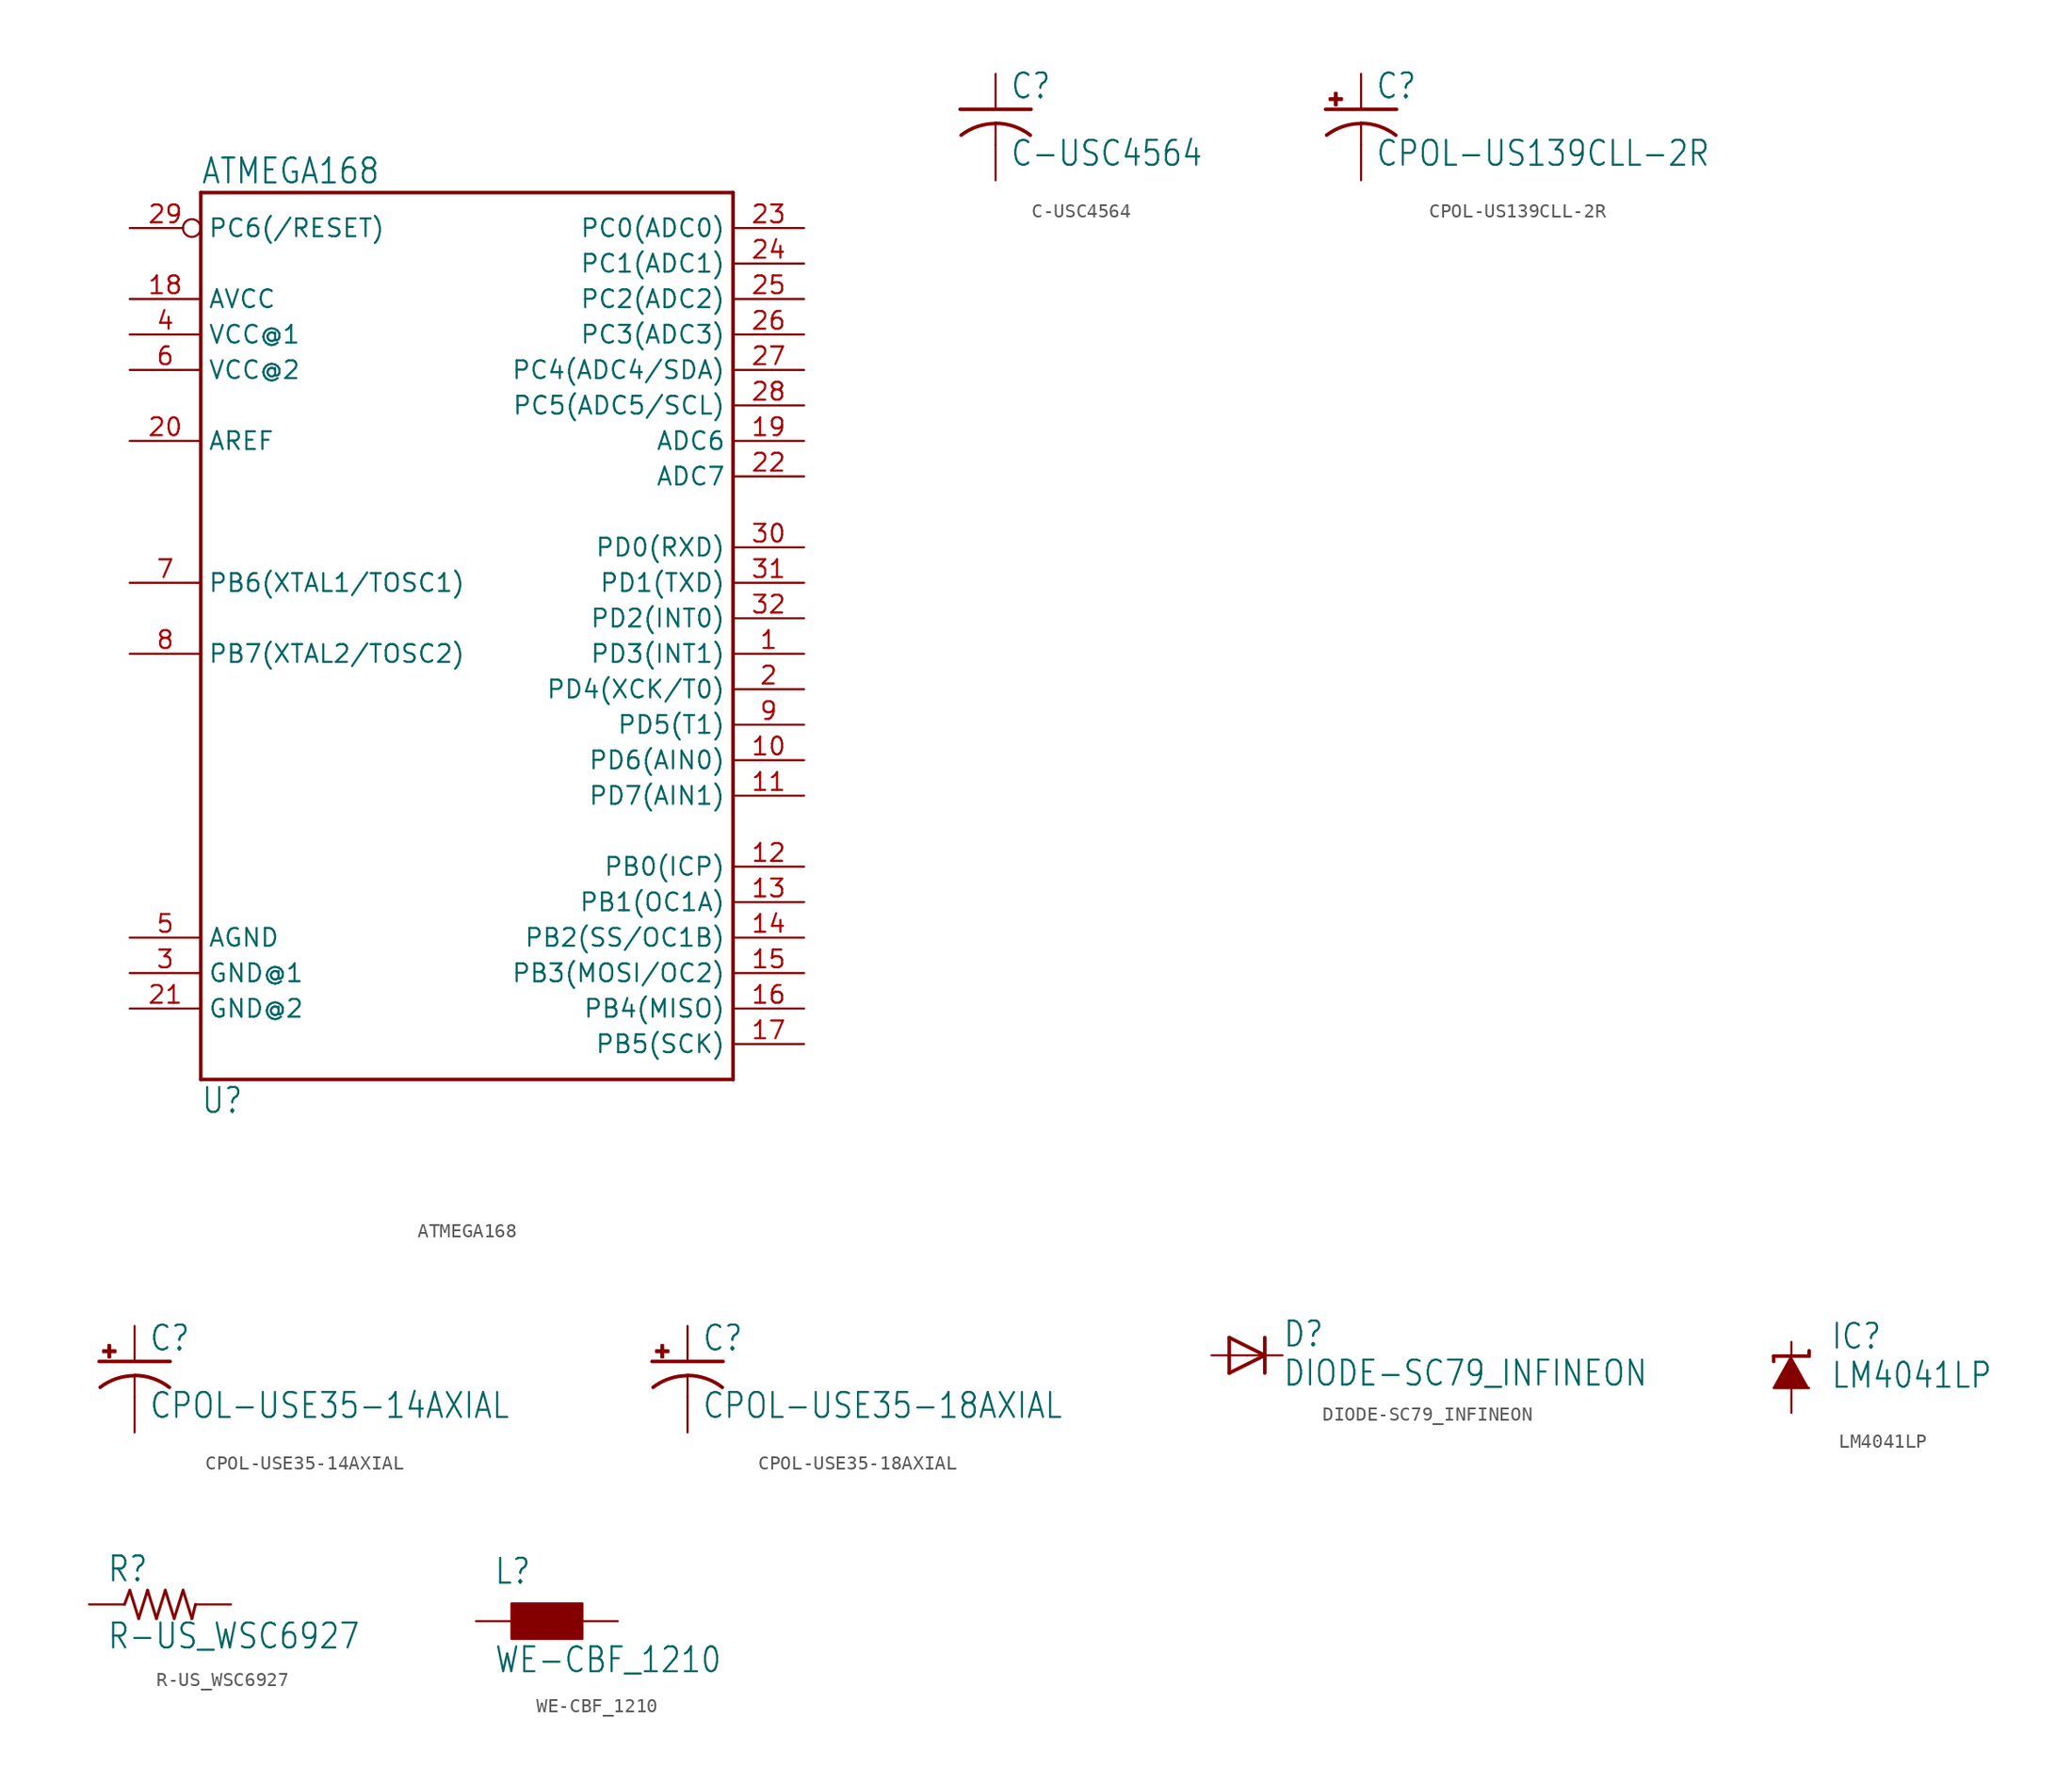
<source format=kicad_sym>
(kicad_symbol_lib
  (version 20211014)
  (generator kicad_symbol_editor)
  (symbol "ATMEGA168"
    (property "Reference" "U"
      (at -17.78 -38.1 0)
      (effects (font (size 1.778 1.511)) (justify left bottom)))
    (property "Value" "ATMEGA168"
      (at -17.78 28.448 0)
      (effects (font (size 1.778 1.511)) (justify left bottom)))
    (property "ki_locked" ""
      (at 0 0 0)
      (effects (font (size 1.27 1.27))))
    (symbol "ATMEGA168_1_0"
      (polyline (pts (xy -17.78 -35.56) (xy -17.78 27.94)) (stroke (width 0.254) (type default) (color 0 0 0 0)) (fill (type none)))
      (polyline (pts (xy -17.78 27.94) (xy 20.32 27.94)) (stroke (width 0.254) (type default) (color 0 0 0 0)) (fill (type none)))
      (polyline (pts (xy 20.32 -35.56) (xy -17.78 -35.56)) (stroke (width 0.254) (type default) (color 0 0 0 0)) (fill (type none)))
      (polyline (pts (xy 20.32 27.94) (xy 20.32 -35.56)) (stroke (width 0.254) (type default) (color 0 0 0 0)) (fill (type none)))
      (pin bidirectional line (at 25.4 -5.08 180) (length 5.08) (name "PD3(INT1)" (effects (font (size 1.27 1.27)))) (number "1" (effects (font (size 1.27 1.27)))))
      (pin bidirectional line (at 25.4 -12.7 180) (length 5.08) (name "PD6(AIN0)" (effects (font (size 1.27 1.27)))) (number "10" (effects (font (size 1.27 1.27)))))
      (pin bidirectional line (at 25.4 -15.24 180) (length 5.08) (name "PD7(AIN1)" (effects (font (size 1.27 1.27)))) (number "11" (effects (font (size 1.27 1.27)))))
      (pin bidirectional line (at 25.4 -20.32 180) (length 5.08) (name "PB0(ICP)" (effects (font (size 1.27 1.27)))) (number "12" (effects (font (size 1.27 1.27)))))
      (pin bidirectional line (at 25.4 -22.86 180) (length 5.08) (name "PB1(OC1A)" (effects (font (size 1.27 1.27)))) (number "13" (effects (font (size 1.27 1.27)))))
      (pin bidirectional line (at 25.4 -25.4 180) (length 5.08) (name "PB2(SS/OC1B)" (effects (font (size 1.27 1.27)))) (number "14" (effects (font (size 1.27 1.27)))))
      (pin bidirectional line (at 25.4 -27.94 180) (length 5.08) (name "PB3(MOSI/OC2)" (effects (font (size 1.27 1.27)))) (number "15" (effects (font (size 1.27 1.27)))))
      (pin bidirectional line (at 25.4 -30.48 180) (length 5.08) (name "PB4(MISO)" (effects (font (size 1.27 1.27)))) (number "16" (effects (font (size 1.27 1.27)))))
      (pin bidirectional line (at 25.4 -33.02 180) (length 5.08) (name "PB5(SCK)" (effects (font (size 1.27 1.27)))) (number "17" (effects (font (size 1.27 1.27)))))
      (pin bidirectional line (at -22.86 20.32 0) (length 5.08) (name "AVCC" (effects (font (size 1.27 1.27)))) (number "18" (effects (font (size 1.27 1.27)))))
      (pin bidirectional line (at 25.4 10.16 180) (length 5.08) (name "ADC6" (effects (font (size 1.27 1.27)))) (number "19" (effects (font (size 1.27 1.27)))))
      (pin bidirectional line (at 25.4 -7.62 180) (length 5.08) (name "PD4(XCK/T0)" (effects (font (size 1.27 1.27)))) (number "2" (effects (font (size 1.27 1.27)))))
      (pin bidirectional line (at -22.86 10.16 0) (length 5.08) (name "AREF" (effects (font (size 1.27 1.27)))) (number "20" (effects (font (size 1.27 1.27)))))
      (pin bidirectional line (at -22.86 -30.48 0) (length 5.08) (name "GND@2" (effects (font (size 1.27 1.27)))) (number "21" (effects (font (size 1.27 1.27)))))
      (pin bidirectional line (at 25.4 7.62 180) (length 5.08) (name "ADC7" (effects (font (size 1.27 1.27)))) (number "22" (effects (font (size 1.27 1.27)))))
      (pin bidirectional line (at 25.4 25.4 180) (length 5.08) (name "PC0(ADC0)" (effects (font (size 1.27 1.27)))) (number "23" (effects (font (size 1.27 1.27)))))
      (pin bidirectional line (at 25.4 22.86 180) (length 5.08) (name "PC1(ADC1)" (effects (font (size 1.27 1.27)))) (number "24" (effects (font (size 1.27 1.27)))))
      (pin bidirectional line (at 25.4 20.32 180) (length 5.08) (name "PC2(ADC2)" (effects (font (size 1.27 1.27)))) (number "25" (effects (font (size 1.27 1.27)))))
      (pin bidirectional line (at 25.4 17.78 180) (length 5.08) (name "PC3(ADC3)" (effects (font (size 1.27 1.27)))) (number "26" (effects (font (size 1.27 1.27)))))
      (pin bidirectional line (at 25.4 15.24 180) (length 5.08) (name "PC4(ADC4/SDA)" (effects (font (size 1.27 1.27)))) (number "27" (effects (font (size 1.27 1.27)))))
      (pin bidirectional line (at 25.4 12.7 180) (length 5.08) (name "PC5(ADC5/SCL)" (effects (font (size 1.27 1.27)))) (number "28" (effects (font (size 1.27 1.27)))))
      (pin bidirectional inverted (at -22.86 25.4 0) (length 5.08) (name "PC6(/RESET)" (effects (font (size 1.27 1.27)))) (number "29" (effects (font (size 1.27 1.27)))))
      (pin bidirectional line (at -22.86 -27.94 0) (length 5.08) (name "GND@1" (effects (font (size 1.27 1.27)))) (number "3" (effects (font (size 1.27 1.27)))))
      (pin bidirectional line (at 25.4 2.54 180) (length 5.08) (name "PD0(RXD)" (effects (font (size 1.27 1.27)))) (number "30" (effects (font (size 1.27 1.27)))))
      (pin bidirectional line (at 25.4 0 180) (length 5.08) (name "PD1(TXD)" (effects (font (size 1.27 1.27)))) (number "31" (effects (font (size 1.27 1.27)))))
      (pin bidirectional line (at 25.4 -2.54 180) (length 5.08) (name "PD2(INT0)" (effects (font (size 1.27 1.27)))) (number "32" (effects (font (size 1.27 1.27)))))
      (pin bidirectional line (at -22.86 17.78 0) (length 5.08) (name "VCC@1" (effects (font (size 1.27 1.27)))) (number "4" (effects (font (size 1.27 1.27)))))
      (pin bidirectional line (at -22.86 -25.4 0) (length 5.08) (name "AGND" (effects (font (size 1.27 1.27)))) (number "5" (effects (font (size 1.27 1.27)))))
      (pin bidirectional line (at -22.86 15.24 0) (length 5.08) (name "VCC@2" (effects (font (size 1.27 1.27)))) (number "6" (effects (font (size 1.27 1.27)))))
      (pin bidirectional line (at -22.86 0 0) (length 5.08) (name "PB6(XTAL1/TOSC1)" (effects (font (size 1.27 1.27)))) (number "7" (effects (font (size 1.27 1.27)))))
      (pin bidirectional line (at -22.86 -5.08 0) (length 5.08) (name "PB7(XTAL2/TOSC2)" (effects (font (size 1.27 1.27)))) (number "8" (effects (font (size 1.27 1.27)))))
      (pin bidirectional line (at 25.4 -10.16 180) (length 5.08) (name "PD5(T1)" (effects (font (size 1.27 1.27)))) (number "9" (effects (font (size 1.27 1.27)))))))
  (symbol "C-USC4564"
    (property "Reference" "C"
      (at 1.016 0.635 0)
      (effects (font (size 1.778 1.511)) (justify left bottom)))
    (property "Value" "C-USC4564"
      (at 1.016 -4.191 0)
      (effects (font (size 1.778 1.511)) (justify left bottom)))
    (property "ki_locked" ""
      (at 0 0 0)
      (effects (font (size 1.27 1.27))))
    (symbol "C-USC4564_1_0"
      (arc (start 0 -1.0161) (mid -1.302 -1.2303) (end -2.4668 -1.8504) (stroke (width 0.254) (type default) (color 0 0 0 0)) (fill (type none)))
      (polyline (pts (xy -2.54 0) (xy 2.54 0)) (stroke (width 0.254) (type default) (color 0 0 0 0)) (fill (type none)))
      (polyline (pts (xy 0 -1.016) (xy 0 -2.54)) (stroke (width 0.152) (type default) (color 0 0 0 0)) (fill (type none)))
      (arc (start 2.4892 -1.8542) (mid 1.3158 -1.2195) (end 0 -1) (stroke (width 0.254) (type default) (color 0 0 0 0)) (fill (type none)))
      (pin passive line (at 0 2.54 270) (length 2.54) (name "1" (effects (font (size 0 0)))) (number "1" (effects (font (size 0 0)))))
      (pin passive line (at 0 -5.08 90) (length 2.54) (name "2" (effects (font (size 0 0)))) (number "2" (effects (font (size 0 0)))))))
  (symbol "CPOL-US139CLL-2R"
    (property "Reference" "C"
      (at 1.016 0.635 0)
      (effects (font (size 1.778 1.511)) (justify left bottom)))
    (property "Value" "CPOL-US139CLL-2R"
      (at 1.016 -4.191 0)
      (effects (font (size 1.778 1.511)) (justify left bottom)))
    (property "ki_locked" ""
      (at 0 0 0)
      (effects (font (size 1.27 1.27))))
    (symbol "CPOL-US139CLL-2R_1_0"
      (rectangle (start -2.253 0.668) (end -1.364 0.795) (stroke (width 0) (type default) (color 0 0 0 0)) (fill (type outline)))
      (rectangle (start -1.872 0.287) (end -1.745 1.176) (stroke (width 0) (type default) (color 0 0 0 0)) (fill (type outline)))
      (arc (start 0 -1.0161) (mid -1.3021 -1.2302) (end -2.4669 -1.8504) (stroke (width 0.254) (type default) (color 0 0 0 0)) (fill (type none)))
      (polyline (pts (xy -2.54 0) (xy 2.54 0)) (stroke (width 0.254) (type default) (color 0 0 0 0)) (fill (type none)))
      (polyline (pts (xy 0 -1.016) (xy 0 -2.54)) (stroke (width 0.152) (type default) (color 0 0 0 0)) (fill (type none)))
      (arc (start 2.4892 -1.8542) (mid 1.3158 -1.2195) (end 0 -1) (stroke (width 0.254) (type default) (color 0 0 0 0)) (fill (type none)))
      (pin passive line (at 0 2.54 270) (length 2.54) (name "+" (effects (font (size 0 0)))) (number "+" (effects (font (size 0 0)))))
      (pin passive line (at 0 -5.08 90) (length 2.54) (name "-" (effects (font (size 0 0)))) (number "-" (effects (font (size 0 0)))))))
  (symbol "CPOL-USE35-14AXIAL"
    (property "Reference" "C"
      (at 1.016 0.635 0)
      (effects (font (size 1.778 1.511)) (justify left bottom)))
    (property "Value" "CPOL-USE35-14AXIAL"
      (at 1.016 -4.191 0)
      (effects (font (size 1.778 1.511)) (justify left bottom)))
    (property "ki_locked" ""
      (at 0 0 0)
      (effects (font (size 1.27 1.27))))
    (symbol "CPOL-USE35-14AXIAL_1_0"
      (rectangle (start -2.253 0.668) (end -1.364 0.795) (stroke (width 0) (type default) (color 0 0 0 0)) (fill (type outline)))
      (rectangle (start -1.872 0.287) (end -1.745 1.176) (stroke (width 0) (type default) (color 0 0 0 0)) (fill (type outline)))
      (arc (start 0 -1.0161) (mid -1.3021 -1.2302) (end -2.4669 -1.8504) (stroke (width 0.254) (type default) (color 0 0 0 0)) (fill (type none)))
      (polyline (pts (xy -2.54 0) (xy 2.54 0)) (stroke (width 0.254) (type default) (color 0 0 0 0)) (fill (type none)))
      (polyline (pts (xy 0 -1.016) (xy 0 -2.54)) (stroke (width 0.152) (type default) (color 0 0 0 0)) (fill (type none)))
      (arc (start 2.4892 -1.8542) (mid 1.3158 -1.2195) (end 0 -1) (stroke (width 0.254) (type default) (color 0 0 0 0)) (fill (type none)))
      (pin passive line (at 0 2.54 270) (length 2.54) (name "+" (effects (font (size 0 0)))) (number "+" (effects (font (size 0 0)))))
      (pin passive line (at 0 -5.08 90) (length 2.54) (name "-" (effects (font (size 0 0)))) (number "-" (effects (font (size 0 0)))))))
  (symbol "CPOL-USE35-18AXIAL"
    (property "Reference" "C"
      (at 1.016 0.635 0)
      (effects (font (size 1.778 1.511)) (justify left bottom)))
    (property "Value" "CPOL-USE35-18AXIAL"
      (at 1.016 -4.191 0)
      (effects (font (size 1.778 1.511)) (justify left bottom)))
    (property "ki_locked" ""
      (at 0 0 0)
      (effects (font (size 1.27 1.27))))
    (symbol "CPOL-USE35-18AXIAL_1_0"
      (rectangle (start -2.253 0.668) (end -1.364 0.795) (stroke (width 0) (type default) (color 0 0 0 0)) (fill (type outline)))
      (rectangle (start -1.872 0.287) (end -1.745 1.176) (stroke (width 0) (type default) (color 0 0 0 0)) (fill (type outline)))
      (arc (start 0 -1.0161) (mid -1.3021 -1.2302) (end -2.4669 -1.8504) (stroke (width 0.254) (type default) (color 0 0 0 0)) (fill (type none)))
      (polyline (pts (xy -2.54 0) (xy 2.54 0)) (stroke (width 0.254) (type default) (color 0 0 0 0)) (fill (type none)))
      (polyline (pts (xy 0 -1.016) (xy 0 -2.54)) (stroke (width 0.152) (type default) (color 0 0 0 0)) (fill (type none)))
      (arc (start 2.4892 -1.8542) (mid 1.3158 -1.2195) (end 0 -1) (stroke (width 0.254) (type default) (color 0 0 0 0)) (fill (type none)))
      (pin passive line (at 0 2.54 270) (length 2.54) (name "+" (effects (font (size 0 0)))) (number "+" (effects (font (size 0 0)))))
      (pin passive line (at 0 -5.08 90) (length 2.54) (name "-" (effects (font (size 0 0)))) (number "-" (effects (font (size 0 0)))))))
  (symbol "DIODE-SC79_INFINEON"
    (property "Reference" "D"
      (at 2.54 0.483 0)
      (effects (font (size 1.778 1.511)) (justify left bottom)))
    (property "Value" "DIODE-SC79_INFINEON"
      (at 2.54 -2.311 0)
      (effects (font (size 1.778 1.511)) (justify left bottom)))
    (property "ki_locked" ""
      (at 0 0 0)
      (effects (font (size 1.27 1.27))))
    (symbol "DIODE-SC79_INFINEON_1_0"
      (polyline (pts (xy -1.27 -1.27) (xy 1.27 0)) (stroke (width 0.254) (type default) (color 0 0 0 0)) (fill (type none)))
      (polyline (pts (xy -1.27 1.27) (xy -1.27 -1.27)) (stroke (width 0.254) (type default) (color 0 0 0 0)) (fill (type none)))
      (polyline (pts (xy 1.27 0) (xy -1.27 1.27)) (stroke (width 0.254) (type default) (color 0 0 0 0)) (fill (type none)))
      (polyline (pts (xy 1.27 0) (xy 1.27 -1.27)) (stroke (width 0.254) (type default) (color 0 0 0 0)) (fill (type none)))
      (polyline (pts (xy 1.27 1.27) (xy 1.27 0)) (stroke (width 0.254) (type default) (color 0 0 0 0)) (fill (type none)))
      (pin passive line (at -2.54 0 0) (length 2.54) (name "A" (effects (font (size 0 0)))) (number "A" (effects (font (size 0 0)))))
      (pin passive line (at 2.54 0 180) (length 2.54) (name "C" (effects (font (size 0 0)))) (number "C" (effects (font (size 0 0)))))))
  (symbol "LM4041LP"
    (property "Reference" "IC"
      (at 2.794 1.905 0)
      (effects (font (size 1.778 1.511)) (justify left bottom)))
    (property "Value" "LM4041LP"
      (at 2.794 -0.889 0)
      (effects (font (size 1.778 1.511)) (justify left bottom)))
    (property "ki_locked" ""
      (at 0 0 0)
      (effects (font (size 1.27 1.27))))
    (symbol "LM4041LP_1_0"
      (polyline (pts (xy -1.27 1.524) (xy -1.27 1.143)) (stroke (width 0.254) (type default) (color 0 0 0 0)) (fill (type none)))
      (polyline (pts (xy 0 1.524) (xy -1.27 1.524)) (stroke (width 0.254) (type default) (color 0 0 0 0)) (fill (type none)))
      (polyline (pts (xy 1.27 1.524) (xy 0 1.524)) (stroke (width 0.254) (type default) (color 0 0 0 0)) (fill (type none)))
      (polyline (pts (xy 1.27 1.905) (xy 1.27 1.524)) (stroke (width 0.254) (type default) (color 0 0 0 0)) (fill (type none)))
      (polyline (pts (xy 0 1.524) (xy -1.27 -0.762) (xy 1.27 -0.762)) (stroke (width 0) (type default) (color 0 0 0 0)) (fill (type outline)))
      (pin passive line (at 0 2.54 270) (length 2.54) (name "C" (effects (font (size 0 0)))) (number "2" (effects (font (size 0 0)))))
      (pin passive line (at 0 -2.54 90) (length 2.54) (name "A" (effects (font (size 0 0)))) (number "3" (effects (font (size 0 0)))))))
  (symbol "R-US_WSC6927"
    (property "Reference" "R"
      (at -3.81 1.499 0)
      (effects (font (size 1.778 1.511)) (justify left bottom)))
    (property "Value" "R-US_WSC6927"
      (at -3.81 -3.302 0)
      (effects (font (size 1.778 1.511)) (justify left bottom)))
    (property "ki_locked" ""
      (at 0 0 0)
      (effects (font (size 1.27 1.27))))
    (symbol "R-US_WSC6927_1_0"
      (polyline (pts (xy -2.54 0) (xy -2.159 1.016)) (stroke (width 0.203) (type default) (color 0 0 0 0)) (fill (type none)))
      (polyline (pts (xy -2.159 1.016) (xy -1.524 -1.016)) (stroke (width 0.203) (type default) (color 0 0 0 0)) (fill (type none)))
      (polyline (pts (xy -1.524 -1.016) (xy -0.889 1.016)) (stroke (width 0.203) (type default) (color 0 0 0 0)) (fill (type none)))
      (polyline (pts (xy -0.889 1.016) (xy -0.254 -1.016)) (stroke (width 0.203) (type default) (color 0 0 0 0)) (fill (type none)))
      (polyline (pts (xy -0.254 -1.016) (xy 0.381 1.016)) (stroke (width 0.203) (type default) (color 0 0 0 0)) (fill (type none)))
      (polyline (pts (xy 0.381 1.016) (xy 1.016 -1.016)) (stroke (width 0.203) (type default) (color 0 0 0 0)) (fill (type none)))
      (polyline (pts (xy 1.016 -1.016) (xy 1.651 1.016)) (stroke (width 0.203) (type default) (color 0 0 0 0)) (fill (type none)))
      (polyline (pts (xy 1.651 1.016) (xy 2.286 -1.016)) (stroke (width 0.203) (type default) (color 0 0 0 0)) (fill (type none)))
      (polyline (pts (xy 2.286 -1.016) (xy 2.54 0)) (stroke (width 0.203) (type default) (color 0 0 0 0)) (fill (type none)))
      (pin passive line (at -5.08 0 0) (length 2.54) (name "1" (effects (font (size 0 0)))) (number "1" (effects (font (size 0 0)))))
      (pin passive line (at 5.08 0 180) (length 2.54) (name "2" (effects (font (size 0 0)))) (number "2" (effects (font (size 0 0)))))))
  (symbol "WE-CBF_1210"
    (property "Reference" "L"
      (at -3.81 5.08 0)
      (effects (font (size 1.778 1.511)) (justify left bottom)))
    (property "Value" "WE-CBF_1210"
      (at -3.81 -1.27 0)
      (effects (font (size 1.778 1.511)) (justify left bottom)))
    (property "ki_locked" ""
      (at 0 0 0)
      (effects (font (size 1.27 1.27))))
    (symbol "WE-CBF_1210_1_0"
      (rectangle (start -2.54 1.27) (end 2.54 3.81) (stroke (width 0) (type default) (color 0 0 0 0)) (fill (type outline)))
      (pin passive line (at -5.08 2.54 0) (length 2.54) (name "1" (effects (font (size 0 0)))) (number "1" (effects (font (size 0 0)))))
      (pin passive line (at 5.08 2.54 180) (length 2.54) (name "2" (effects (font (size 0 0)))) (number "2" (effects (font (size 0 0))))))))
</source>
